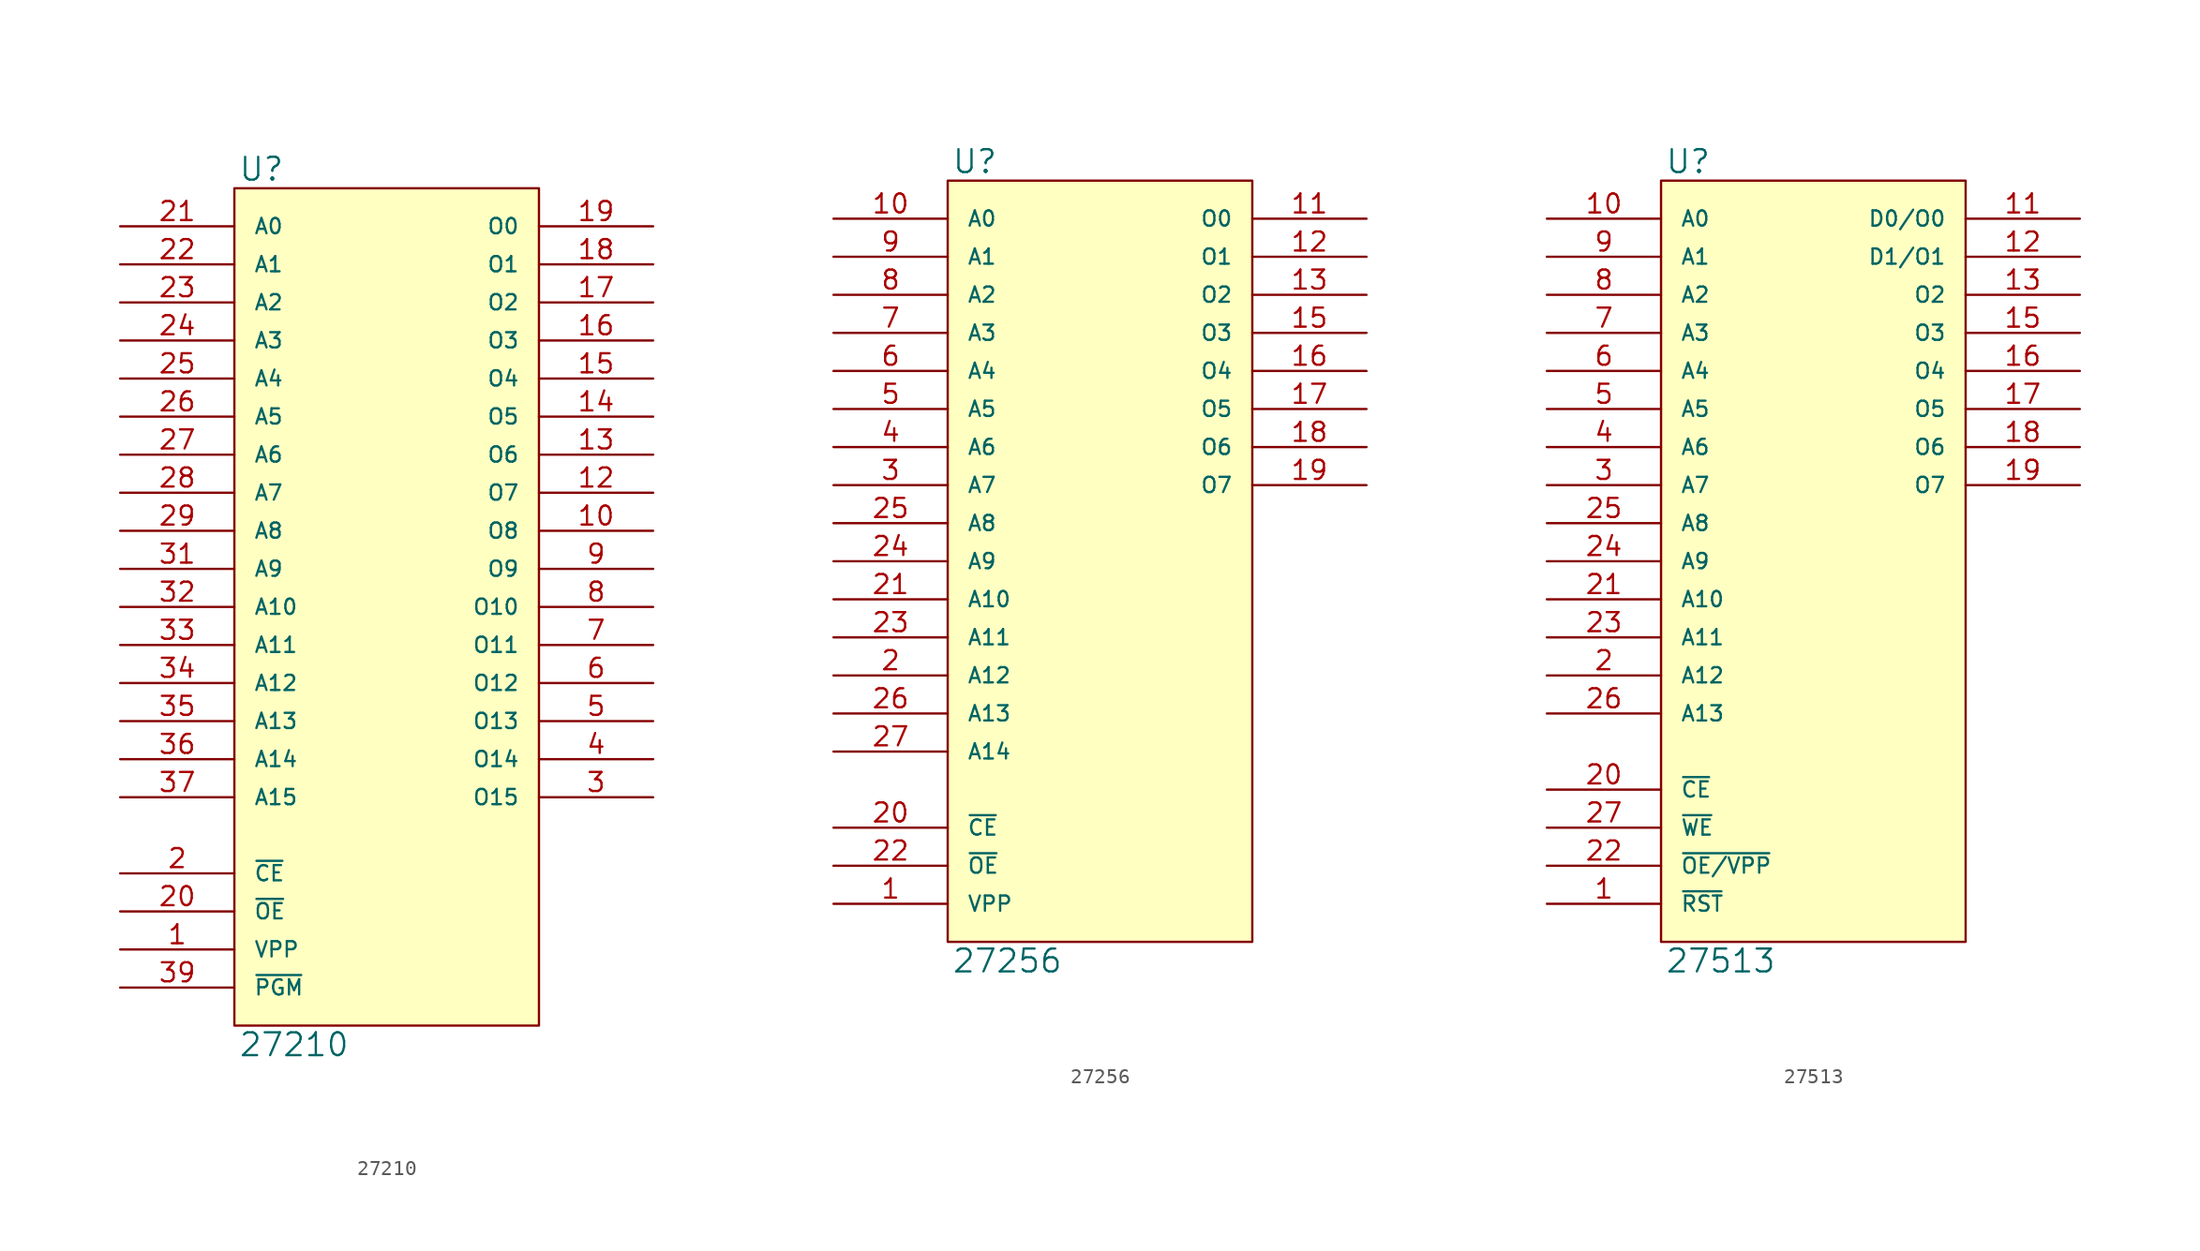
<source format=kicad_sym>
(kicad_symbol_lib
  (version 20231120)
  (generator "kicad_symbol_editor")
  (generator_version "8.0")
  (symbol "27210"
    (pin_names
      (offset 1.27))
    (property "Reference" "U"
      (at 0.254 0.381 0)
      (effects (font (size 1.524 1.524)) (justify left bottom)))
    (property "Value" "27210"
      (at 0.254 -56.261 0)
      (effects (font (size 1.524 1.524)) (justify left top)))
    (symbol "27210_0_1"
      (rectangle (start 0 0) (end 20.32 -55.88) (stroke (width 0) (type solid)) (fill (type background))))
    (symbol "27210_1_1"
      (pin input line (at -7.62 -50.8 0) (length 7.62) (name "VPP" (effects (font (size 1.016 1.016)))) (number "1" (effects (font (size 1.27 1.27)))))
      (pin tri_state line (at 27.94 -22.86 180) (length 7.62) (name "O8" (effects (font (size 1.016 1.016)))) (number "10" (effects (font (size 1.27 1.27)))))
      (pin power_in line (at 0 -55.88 90) (length 0) hide (name "GND" (effects (font (size 1.016 1.016)))) (number "11" (effects (font (size 1.27 1.27)))))
      (pin tri_state line (at 27.94 -20.32 180) (length 7.62) (name "O7" (effects (font (size 1.016 1.016)))) (number "12" (effects (font (size 1.27 1.27)))))
      (pin tri_state line (at 27.94 -17.78 180) (length 7.62) (name "O6" (effects (font (size 1.016 1.016)))) (number "13" (effects (font (size 1.27 1.27)))))
      (pin tri_state line (at 27.94 -15.24 180) (length 7.62) (name "O5" (effects (font (size 1.016 1.016)))) (number "14" (effects (font (size 1.27 1.27)))))
      (pin tri_state line (at 27.94 -12.7 180) (length 7.62) (name "O4" (effects (font (size 1.016 1.016)))) (number "15" (effects (font (size 1.27 1.27)))))
      (pin tri_state line (at 27.94 -10.16 180) (length 7.62) (name "O3" (effects (font (size 1.016 1.016)))) (number "16" (effects (font (size 1.27 1.27)))))
      (pin tri_state line (at 27.94 -7.62 180) (length 7.62) (name "O2" (effects (font (size 1.016 1.016)))) (number "17" (effects (font (size 1.27 1.27)))))
      (pin tri_state line (at 27.94 -5.08 180) (length 7.62) (name "O1" (effects (font (size 1.016 1.016)))) (number "18" (effects (font (size 1.27 1.27)))))
      (pin tri_state line (at 27.94 -2.54 180) (length 7.62) (name "O0" (effects (font (size 1.016 1.016)))) (number "19" (effects (font (size 1.27 1.27)))))
      (pin input line (at -7.62 -45.72 0) (length 7.62) (name "~{CE}" (effects (font (size 1.016 1.016)))) (number "2" (effects (font (size 1.27 1.27)))))
      (pin input line (at -7.62 -48.26 0) (length 7.62) (name "~{OE}" (effects (font (size 1.016 1.016)))) (number "20" (effects (font (size 1.27 1.27)))))
      (pin input line (at -7.62 -2.54 0) (length 7.62) (name "A0" (effects (font (size 1.016 1.016)))) (number "21" (effects (font (size 1.27 1.27)))))
      (pin input line (at -7.62 -5.08 0) (length 7.62) (name "A1" (effects (font (size 1.016 1.016)))) (number "22" (effects (font (size 1.27 1.27)))))
      (pin input line (at -7.62 -7.62 0) (length 7.62) (name "A2" (effects (font (size 1.016 1.016)))) (number "23" (effects (font (size 1.27 1.27)))))
      (pin input line (at -7.62 -10.16 0) (length 7.62) (name "A3" (effects (font (size 1.016 1.016)))) (number "24" (effects (font (size 1.27 1.27)))))
      (pin input line (at -7.62 -12.7 0) (length 7.62) (name "A4" (effects (font (size 1.016 1.016)))) (number "25" (effects (font (size 1.27 1.27)))))
      (pin input line (at -7.62 -15.24 0) (length 7.62) (name "A5" (effects (font (size 1.016 1.016)))) (number "26" (effects (font (size 1.27 1.27)))))
      (pin input line (at -7.62 -17.78 0) (length 7.62) (name "A6" (effects (font (size 1.016 1.016)))) (number "27" (effects (font (size 1.27 1.27)))))
      (pin input line (at -7.62 -20.32 0) (length 7.62) (name "A7" (effects (font (size 1.016 1.016)))) (number "28" (effects (font (size 1.27 1.27)))))
      (pin input line (at -7.62 -22.86 0) (length 7.62) (name "A8" (effects (font (size 1.016 1.016)))) (number "29" (effects (font (size 1.27 1.27)))))
      (pin tri_state line (at 27.94 -40.64 180) (length 7.62) (name "O15" (effects (font (size 1.016 1.016)))) (number "3" (effects (font (size 1.27 1.27)))))
      (pin power_in line (at 2.54 -55.88 90) (length 0) hide (name "GND" (effects (font (size 1.016 1.016)))) (number "30" (effects (font (size 1.27 1.27)))))
      (pin input line (at -7.62 -25.4 0) (length 7.62) (name "A9" (effects (font (size 1.016 1.016)))) (number "31" (effects (font (size 1.27 1.27)))))
      (pin input line (at -7.62 -27.94 0) (length 7.62) (name "A10" (effects (font (size 1.016 1.016)))) (number "32" (effects (font (size 1.27 1.27)))))
      (pin input line (at -7.62 -30.48 0) (length 7.62) (name "A11" (effects (font (size 1.016 1.016)))) (number "33" (effects (font (size 1.27 1.27)))))
      (pin input line (at -7.62 -33.02 0) (length 7.62) (name "A12" (effects (font (size 1.016 1.016)))) (number "34" (effects (font (size 1.27 1.27)))))
      (pin input line (at -7.62 -35.56 0) (length 7.62) (name "A13" (effects (font (size 1.016 1.016)))) (number "35" (effects (font (size 1.27 1.27)))))
      (pin input line (at -7.62 -38.1 0) (length 7.62) (name "A14" (effects (font (size 1.016 1.016)))) (number "36" (effects (font (size 1.27 1.27)))))
      (pin input line (at -7.62 -40.64 0) (length 7.62) (name "A15" (effects (font (size 1.016 1.016)))) (number "37" (effects (font (size 1.27 1.27)))))
      (pin input line (at -7.62 -53.34 0) (length 7.62) (name "~{PGM}" (effects (font (size 1.016 1.016)))) (number "39" (effects (font (size 1.27 1.27)))))
      (pin tri_state line (at 27.94 -38.1 180) (length 7.62) (name "O14" (effects (font (size 1.016 1.016)))) (number "4" (effects (font (size 1.27 1.27)))))
      (pin power_in line (at 0 0 270) (length 0) hide (name "VCC" (effects (font (size 1.016 1.016)))) (number "40" (effects (font (size 1.27 1.27)))))
      (pin tri_state line (at 27.94 -35.56 180) (length 7.62) (name "O13" (effects (font (size 1.016 1.016)))) (number "5" (effects (font (size 1.27 1.27)))))
      (pin tri_state line (at 27.94 -33.02 180) (length 7.62) (name "O12" (effects (font (size 1.016 1.016)))) (number "6" (effects (font (size 1.27 1.27)))))
      (pin tri_state line (at 27.94 -30.48 180) (length 7.62) (name "O11" (effects (font (size 1.016 1.016)))) (number "7" (effects (font (size 1.27 1.27)))))
      (pin tri_state line (at 27.94 -27.94 180) (length 7.62) (name "O10" (effects (font (size 1.016 1.016)))) (number "8" (effects (font (size 1.27 1.27)))))
      (pin tri_state line (at 27.94 -25.4 180) (length 7.62) (name "O9" (effects (font (size 1.016 1.016)))) (number "9" (effects (font (size 1.27 1.27)))))))
  (symbol "27256"
    (pin_names
      (offset 1.27))
    (property "Reference" "U"
      (at 0.254 0.381 0)
      (effects (font (size 1.524 1.524)) (justify left bottom)))
    (property "Value" "27256"
      (at 0.254 -51.181 0)
      (effects (font (size 1.524 1.524)) (justify left top)))
    (symbol "27256_0_1"
      (rectangle (start 0 0) (end 20.32 -50.8) (stroke (width 0) (type solid)) (fill (type background))))
    (symbol "27256_1_1"
      (pin input line (at -7.62 -48.26 0) (length 7.62) (name "VPP" (effects (font (size 1.016 1.016)))) (number "1" (effects (font (size 1.27 1.27)))))
      (pin input line (at -7.62 -2.54 0) (length 7.62) (name "A0" (effects (font (size 1.016 1.016)))) (number "10" (effects (font (size 1.27 1.27)))))
      (pin tri_state line (at 27.94 -2.54 180) (length 7.62) (name "O0" (effects (font (size 1.016 1.016)))) (number "11" (effects (font (size 1.27 1.27)))))
      (pin tri_state line (at 27.94 -5.08 180) (length 7.62) (name "O1" (effects (font (size 1.016 1.016)))) (number "12" (effects (font (size 1.27 1.27)))))
      (pin tri_state line (at 27.94 -7.62 180) (length 7.62) (name "O2" (effects (font (size 1.016 1.016)))) (number "13" (effects (font (size 1.27 1.27)))))
      (pin power_in line (at 0 -50.8 90) (length 0) hide (name "GND" (effects (font (size 1.016 1.016)))) (number "14" (effects (font (size 1.27 1.27)))))
      (pin tri_state line (at 27.94 -10.16 180) (length 7.62) (name "O3" (effects (font (size 1.016 1.016)))) (number "15" (effects (font (size 1.27 1.27)))))
      (pin tri_state line (at 27.94 -12.7 180) (length 7.62) (name "O4" (effects (font (size 1.016 1.016)))) (number "16" (effects (font (size 1.27 1.27)))))
      (pin tri_state line (at 27.94 -15.24 180) (length 7.62) (name "O5" (effects (font (size 1.016 1.016)))) (number "17" (effects (font (size 1.27 1.27)))))
      (pin tri_state line (at 27.94 -17.78 180) (length 7.62) (name "O6" (effects (font (size 1.016 1.016)))) (number "18" (effects (font (size 1.27 1.27)))))
      (pin tri_state line (at 27.94 -20.32 180) (length 7.62) (name "O7" (effects (font (size 1.016 1.016)))) (number "19" (effects (font (size 1.27 1.27)))))
      (pin input line (at -7.62 -33.02 0) (length 7.62) (name "A12" (effects (font (size 1.016 1.016)))) (number "2" (effects (font (size 1.27 1.27)))))
      (pin input line (at -7.62 -43.18 0) (length 7.62) (name "~{CE}" (effects (font (size 1.016 1.016)))) (number "20" (effects (font (size 1.27 1.27)))))
      (pin input line (at -7.62 -27.94 0) (length 7.62) (name "A10" (effects (font (size 1.016 1.016)))) (number "21" (effects (font (size 1.27 1.27)))))
      (pin input line (at -7.62 -45.72 0) (length 7.62) (name "~{OE}" (effects (font (size 1.016 1.016)))) (number "22" (effects (font (size 1.27 1.27)))))
      (pin input line (at -7.62 -30.48 0) (length 7.62) (name "A11" (effects (font (size 1.016 1.016)))) (number "23" (effects (font (size 1.27 1.27)))))
      (pin input line (at -7.62 -25.4 0) (length 7.62) (name "A9" (effects (font (size 1.016 1.016)))) (number "24" (effects (font (size 1.27 1.27)))))
      (pin input line (at -7.62 -22.86 0) (length 7.62) (name "A8" (effects (font (size 1.016 1.016)))) (number "25" (effects (font (size 1.27 1.27)))))
      (pin input line (at -7.62 -35.56 0) (length 7.62) (name "A13" (effects (font (size 1.016 1.016)))) (number "26" (effects (font (size 1.27 1.27)))))
      (pin input line (at -7.62 -38.1 0) (length 7.62) (name "A14" (effects (font (size 1.016 1.016)))) (number "27" (effects (font (size 1.27 1.27)))))
      (pin power_in line (at 0 0 270) (length 0) hide (name "VCC" (effects (font (size 1.016 1.016)))) (number "28" (effects (font (size 1.27 1.27)))))
      (pin input line (at -7.62 -20.32 0) (length 7.62) (name "A7" (effects (font (size 1.016 1.016)))) (number "3" (effects (font (size 1.27 1.27)))))
      (pin input line (at -7.62 -17.78 0) (length 7.62) (name "A6" (effects (font (size 1.016 1.016)))) (number "4" (effects (font (size 1.27 1.27)))))
      (pin input line (at -7.62 -15.24 0) (length 7.62) (name "A5" (effects (font (size 1.016 1.016)))) (number "5" (effects (font (size 1.27 1.27)))))
      (pin input line (at -7.62 -12.7 0) (length 7.62) (name "A4" (effects (font (size 1.016 1.016)))) (number "6" (effects (font (size 1.27 1.27)))))
      (pin input line (at -7.62 -10.16 0) (length 7.62) (name "A3" (effects (font (size 1.016 1.016)))) (number "7" (effects (font (size 1.27 1.27)))))
      (pin input line (at -7.62 -7.62 0) (length 7.62) (name "A2" (effects (font (size 1.016 1.016)))) (number "8" (effects (font (size 1.27 1.27)))))
      (pin input line (at -7.62 -5.08 0) (length 7.62) (name "A1" (effects (font (size 1.016 1.016)))) (number "9" (effects (font (size 1.27 1.27)))))))
  (symbol "27513"
    (pin_names
      (offset 1.27))
    (property "Reference" "U"
      (at 0.254 0.381 0)
      (effects (font (size 1.524 1.524)) (justify left bottom)))
    (property "Value" "27513"
      (at 0.254 -51.181 0)
      (effects (font (size 1.524 1.524)) (justify left top)))
    (symbol "27513_0_1"
      (rectangle (start 0 0) (end 20.32 -50.8) (stroke (width 0) (type solid)) (fill (type background))))
    (symbol "27513_1_1"
      (pin input line (at -7.62 -48.26 0) (length 7.62) (name "~{RST}" (effects (font (size 1.016 1.016)))) (number "1" (effects (font (size 1.27 1.27)))))
      (pin input line (at -7.62 -2.54 0) (length 7.62) (name "A0" (effects (font (size 1.016 1.016)))) (number "10" (effects (font (size 1.27 1.27)))))
      (pin tri_state line (at 27.94 -2.54 180) (length 7.62) (name "D0/O0" (effects (font (size 1.016 1.016)))) (number "11" (effects (font (size 1.27 1.27)))))
      (pin tri_state line (at 27.94 -5.08 180) (length 7.62) (name "D1/O1" (effects (font (size 1.016 1.016)))) (number "12" (effects (font (size 1.27 1.27)))))
      (pin tri_state line (at 27.94 -7.62 180) (length 7.62) (name "O2" (effects (font (size 1.016 1.016)))) (number "13" (effects (font (size 1.27 1.27)))))
      (pin power_in line (at 0 -50.8 90) (length 0) hide (name "GND" (effects (font (size 1.016 1.016)))) (number "14" (effects (font (size 1.27 1.27)))))
      (pin tri_state line (at 27.94 -10.16 180) (length 7.62) (name "O3" (effects (font (size 1.016 1.016)))) (number "15" (effects (font (size 1.27 1.27)))))
      (pin tri_state line (at 27.94 -12.7 180) (length 7.62) (name "O4" (effects (font (size 1.016 1.016)))) (number "16" (effects (font (size 1.27 1.27)))))
      (pin tri_state line (at 27.94 -15.24 180) (length 7.62) (name "O5" (effects (font (size 1.016 1.016)))) (number "17" (effects (font (size 1.27 1.27)))))
      (pin tri_state line (at 27.94 -17.78 180) (length 7.62) (name "O6" (effects (font (size 1.016 1.016)))) (number "18" (effects (font (size 1.27 1.27)))))
      (pin tri_state line (at 27.94 -20.32 180) (length 7.62) (name "O7" (effects (font (size 1.016 1.016)))) (number "19" (effects (font (size 1.27 1.27)))))
      (pin input line (at -7.62 -33.02 0) (length 7.62) (name "A12" (effects (font (size 1.016 1.016)))) (number "2" (effects (font (size 1.27 1.27)))))
      (pin input line (at -7.62 -40.64 0) (length 7.62) (name "~{CE}" (effects (font (size 1.016 1.016)))) (number "20" (effects (font (size 1.27 1.27)))))
      (pin input line (at -7.62 -27.94 0) (length 7.62) (name "A10" (effects (font (size 1.016 1.016)))) (number "21" (effects (font (size 1.27 1.27)))))
      (pin input line (at -7.62 -45.72 0) (length 7.62) (name "~{OE/VPP}" (effects (font (size 1.016 1.016)))) (number "22" (effects (font (size 1.27 1.27)))))
      (pin input line (at -7.62 -30.48 0) (length 7.62) (name "A11" (effects (font (size 1.016 1.016)))) (number "23" (effects (font (size 1.27 1.27)))))
      (pin input line (at -7.62 -25.4 0) (length 7.62) (name "A9" (effects (font (size 1.016 1.016)))) (number "24" (effects (font (size 1.27 1.27)))))
      (pin input line (at -7.62 -22.86 0) (length 7.62) (name "A8" (effects (font (size 1.016 1.016)))) (number "25" (effects (font (size 1.27 1.27)))))
      (pin input line (at -7.62 -35.56 0) (length 7.62) (name "A13" (effects (font (size 1.016 1.016)))) (number "26" (effects (font (size 1.27 1.27)))))
      (pin input line (at -7.62 -43.18 0) (length 7.62) (name "~{WE}" (effects (font (size 1.016 1.016)))) (number "27" (effects (font (size 1.27 1.27)))))
      (pin power_in line (at 0 0 270) (length 0) hide (name "VCC" (effects (font (size 1.016 1.016)))) (number "28" (effects (font (size 1.27 1.27)))))
      (pin input line (at -7.62 -20.32 0) (length 7.62) (name "A7" (effects (font (size 1.016 1.016)))) (number "3" (effects (font (size 1.27 1.27)))))
      (pin input line (at -7.62 -17.78 0) (length 7.62) (name "A6" (effects (font (size 1.016 1.016)))) (number "4" (effects (font (size 1.27 1.27)))))
      (pin input line (at -7.62 -15.24 0) (length 7.62) (name "A5" (effects (font (size 1.016 1.016)))) (number "5" (effects (font (size 1.27 1.27)))))
      (pin input line (at -7.62 -12.7 0) (length 7.62) (name "A4" (effects (font (size 1.016 1.016)))) (number "6" (effects (font (size 1.27 1.27)))))
      (pin input line (at -7.62 -10.16 0) (length 7.62) (name "A3" (effects (font (size 1.016 1.016)))) (number "7" (effects (font (size 1.27 1.27)))))
      (pin input line (at -7.62 -7.62 0) (length 7.62) (name "A2" (effects (font (size 1.016 1.016)))) (number "8" (effects (font (size 1.27 1.27)))))
      (pin input line (at -7.62 -5.08 0) (length 7.62) (name "A1" (effects (font (size 1.016 1.016)))) (number "9" (effects (font (size 1.27 1.27))))))))
</source>
